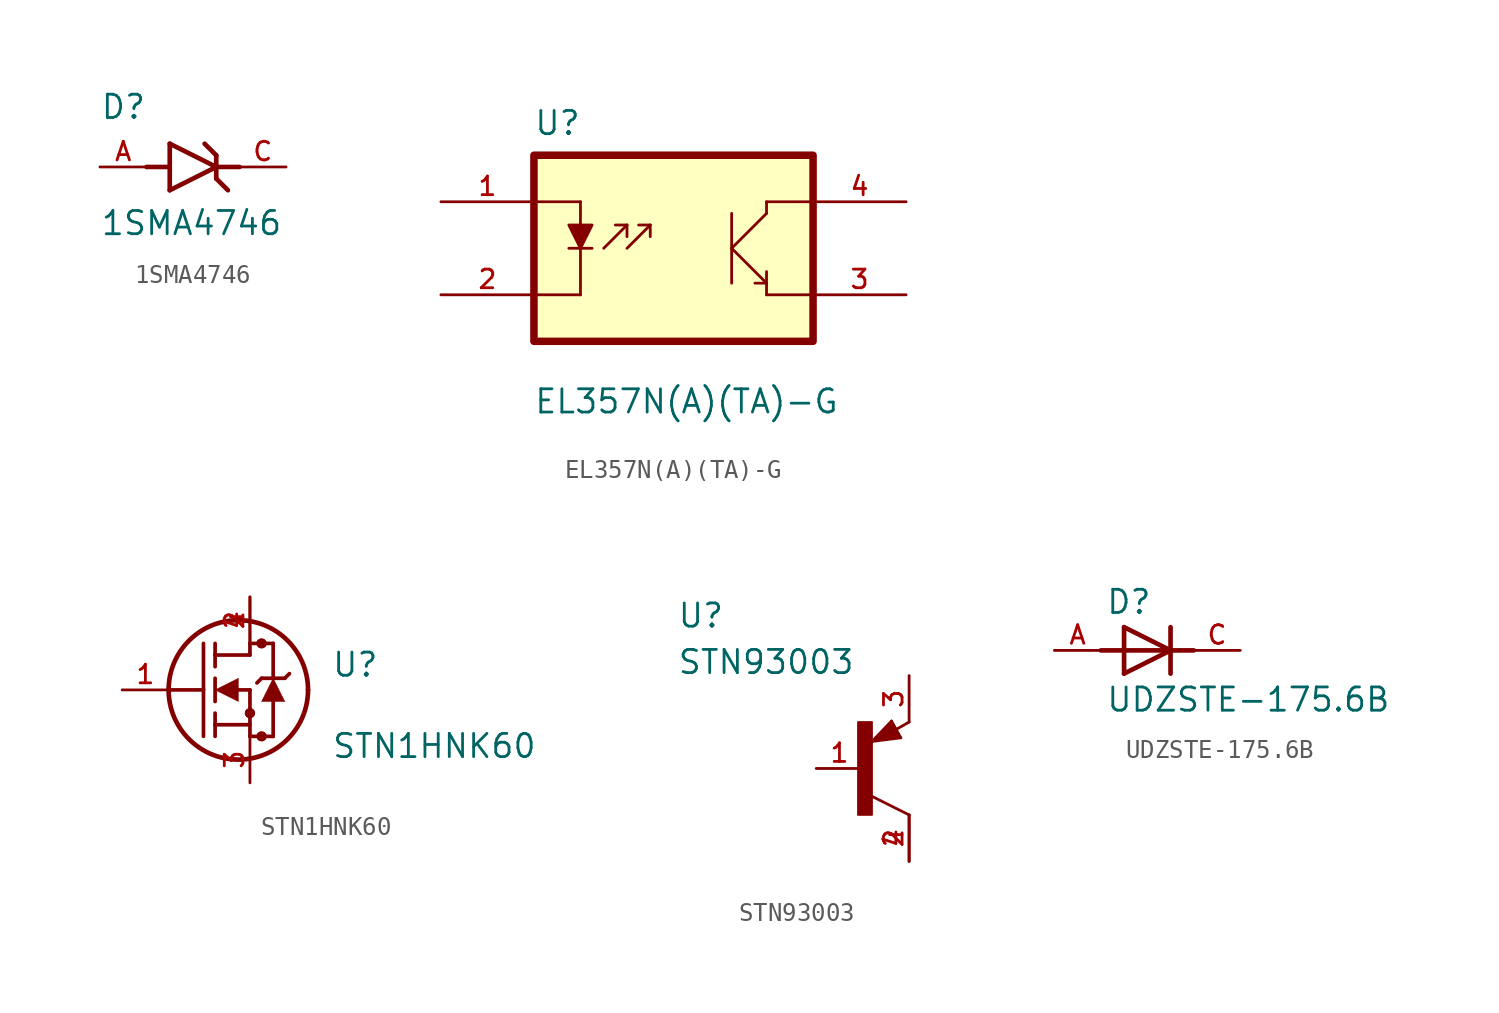
<source format=kicad_sym>
(kicad_symbol_lib
  (version 20220914)
  (generator kicad_symbol_editor)
  (symbol "1SMA4746"
    (pin_names
      (offset 1.016))
    (property "Reference" "D"
      (at -5.08 2.54 0)
      (effects (font (size 1.27 1.27)) (justify left bottom)))
    (property "Value" "1SMA4746"
      (at -5.08 -3.81 0)
      (effects (font (size 1.27 1.27)) (justify left bottom)))
    (symbol "1SMA4746_0_0"
      (polyline (pts (xy -2.54 0) (xy -1.27 0)) (stroke (width 0.254) (type default)) (fill (type none)))
      (polyline (pts (xy -1.27 -1.27) (xy 1.27 0)) (stroke (width 0.254) (type default)) (fill (type none)))
      (polyline (pts (xy -1.27 0) (xy -1.27 -1.27)) (stroke (width 0.254) (type default)) (fill (type none)))
      (polyline (pts (xy -1.27 1.27) (xy -1.27 0)) (stroke (width 0.254) (type default)) (fill (type none)))
      (polyline (pts (xy 0.635 1.27) (xy 1.27 0.635)) (stroke (width 0.254) (type default)) (fill (type none)))
      (polyline (pts (xy 1.27 -0.635) (xy 1.905 -1.27)) (stroke (width 0.254) (type default)) (fill (type none)))
      (polyline (pts (xy 1.27 0) (xy -1.27 1.27)) (stroke (width 0.254) (type default)) (fill (type none)))
      (polyline (pts (xy 1.27 0) (xy 1.27 -0.635)) (stroke (width 0.254) (type default)) (fill (type none)))
      (polyline (pts (xy 1.27 0.635) (xy 1.27 0)) (stroke (width 0.254) (type default)) (fill (type none)))
      (polyline (pts (xy 2.54 0) (xy 1.27 0)) (stroke (width 0.254) (type default)) (fill (type none)))
      (pin passive line (at -5.08 0 0) (length 2.54) (name "~" (effects (font (size 1.016 1.016)))) (number "A" (effects (font (size 1.016 1.016)))))
      (pin passive line (at 5.08 0 180) (length 2.54) (name "~" (effects (font (size 1.016 1.016)))) (number "C" (effects (font (size 1.016 1.016)))))))
  (symbol "EL357N(A)(TA)-G"
    (pin_names
      (offset 1.016))
    (property "Reference" "U"
      (at -7.646 6.094 0)
      (effects (font (size 1.27 1.27)) (justify left bottom)))
    (property "Value" "EL357N(A)(TA)-G"
      (at -7.646 -9.104 0)
      (effects (font (size 1.27 1.27)) (justify left bottom)))
    (symbol "EL357N(A)(TA)-G_0_0"
      (rectangle (start -7.62 -5.08) (end 7.62 5.08) (stroke (width 0.41) (type default)) (fill (type background)))
      (polyline (pts (xy -7.62 2.54) (xy -5.08 2.54)) (stroke (width 0.152) (type default)) (fill (type none)))
      (polyline (pts (xy -5.715 0) (xy -5.08 0)) (stroke (width 0.152) (type default)) (fill (type none)))
      (polyline (pts (xy -5.08 -2.54) (xy -7.62 -2.54)) (stroke (width 0.152) (type default)) (fill (type none)))
      (polyline (pts (xy -5.08 0) (xy -5.08 -2.54)) (stroke (width 0.152) (type default)) (fill (type none)))
      (polyline (pts (xy -5.08 0) (xy -4.445 0)) (stroke (width 0.152) (type default)) (fill (type none)))
      (polyline (pts (xy -5.08 2.54) (xy -5.08 1.27)) (stroke (width 0.152) (type default)) (fill (type none)))
      (polyline (pts (xy -3.81 0) (xy -2.54 1.27)) (stroke (width 0.152) (type default)) (fill (type none)))
      (polyline (pts (xy -2.54 0) (xy -1.27 1.27)) (stroke (width 0.152) (type default)) (fill (type none)))
      (polyline (pts (xy -2.54 1.27) (xy -3.175 1.27)) (stroke (width 0.152) (type default)) (fill (type none)))
      (polyline (pts (xy -2.54 1.27) (xy -2.54 0.635)) (stroke (width 0.152) (type default)) (fill (type none)))
      (polyline (pts (xy -1.905 1.27) (xy -1.27 1.27)) (stroke (width 0.152) (type default)) (fill (type none)))
      (polyline (pts (xy -1.27 1.27) (xy -1.27 0.635)) (stroke (width 0.152) (type default)) (fill (type none)))
      (polyline (pts (xy 3.175 -1.905) (xy 3.175 0)) (stroke (width 0.152) (type default)) (fill (type none)))
      (polyline (pts (xy 3.175 0) (xy 3.175 1.905)) (stroke (width 0.152) (type default)) (fill (type none)))
      (polyline (pts (xy 3.175 0) (xy 5.08 -1.905)) (stroke (width 0.152) (type default)) (fill (type none)))
      (polyline (pts (xy 5.08 -2.54) (xy 7.62 -2.54)) (stroke (width 0.152) (type default)) (fill (type none)))
      (polyline (pts (xy 5.08 -1.905) (xy 4.445 -1.905)) (stroke (width 0.152) (type default)) (fill (type none)))
      (polyline (pts (xy 5.08 -1.905) (xy 5.08 -2.54)) (stroke (width 0.152) (type default)) (fill (type none)))
      (polyline (pts (xy 5.08 -1.905) (xy 5.08 -1.27)) (stroke (width 0.152) (type default)) (fill (type none)))
      (polyline (pts (xy 5.08 1.905) (xy 3.175 0)) (stroke (width 0.152) (type default)) (fill (type none)))
      (polyline (pts (xy 5.08 1.905) (xy 5.08 2.54)) (stroke (width 0.152) (type default)) (fill (type none)))
      (polyline (pts (xy 5.08 2.54) (xy 7.62 2.54)) (stroke (width 0.152) (type default)) (fill (type none)))
      (polyline (pts (xy -5.715 1.27) (xy -4.445 1.27) (xy -5.08 0) (xy -5.715 1.27)) (stroke (width 0.152) (type default)) (fill (type outline)))
      (pin passive line (at -12.7 2.54 0) (length 5.08) (name "~" (effects (font (size 1.016 1.016)))) (number "1" (effects (font (size 1.016 1.016)))))
      (pin passive line (at -12.7 -2.54 0) (length 5.08) (name "~" (effects (font (size 1.016 1.016)))) (number "2" (effects (font (size 1.016 1.016)))))
      (pin passive line (at 12.7 -2.54 180) (length 5.08) (name "~" (effects (font (size 1.016 1.016)))) (number "3" (effects (font (size 1.016 1.016)))))
      (pin passive line (at 12.7 2.54 180) (length 5.08) (name "~" (effects (font (size 1.016 1.016)))) (number "4" (effects (font (size 1.016 1.016)))))))
  (symbol "STN1HNK60"
    (pin_names
      (offset 1.016))
    (property "Reference" "U"
      (at 6.35 0.635 0)
      (effects (font (size 1.27 1.27)) (justify left bottom)))
    (property "Value" "STN1HNK60"
      (at 6.35 -3.81 0)
      (effects (font (size 1.27 1.27)) (justify left bottom)))
    (symbol "STN1HNK60_0_0"
      (arc (start -2.54 0) (mid 1.27 -3.7934) (end 5.08 0) (stroke (width 0.254) (type default)) (fill (type none)))
      (polyline (pts (xy -2.54 0) (xy -0.635 0)) (stroke (width 0.203) (type default)) (fill (type none)))
      (polyline (pts (xy -0.635 -2.54) (xy -0.635 2.54)) (stroke (width 0.203) (type default)) (fill (type none)))
      (polyline (pts (xy 0 -2.54) (xy 0 -1.905)) (stroke (width 0.203) (type default)) (fill (type none)))
      (polyline (pts (xy 0 -1.905) (xy 0 -1.27)) (stroke (width 0.203) (type default)) (fill (type none)))
      (polyline (pts (xy 0 -1.905) (xy 1.905 -1.905)) (stroke (width 0.203) (type default)) (fill (type none)))
      (polyline (pts (xy 0 -0.635) (xy 0 0.635)) (stroke (width 0.203) (type default)) (fill (type none)))
      (polyline (pts (xy 0 1.27) (xy 0 1.905)) (stroke (width 0.203) (type default)) (fill (type none)))
      (polyline (pts (xy 0 1.905) (xy 0 2.54)) (stroke (width 0.203) (type default)) (fill (type none)))
      (polyline (pts (xy 0 1.905) (xy 1.905 1.905)) (stroke (width 0.203) (type default)) (fill (type none)))
      (polyline (pts (xy 1.27 0) (xy 1.905 0)) (stroke (width 0.203) (type default)) (fill (type none)))
      (polyline (pts (xy 1.905 -2.54) (xy 1.905 0)) (stroke (width 0.203) (type default)) (fill (type none)))
      (polyline (pts (xy 1.905 -2.54) (xy 2.515 -2.54)) (stroke (width 0.203) (type default)) (fill (type none)))
      (polyline (pts (xy 1.905 1.905) (xy 1.905 2.54)) (stroke (width 0.203) (type default)) (fill (type none)))
      (polyline (pts (xy 1.905 2.54) (xy 2.515 2.54)) (stroke (width 0.203) (type default)) (fill (type none)))
      (polyline (pts (xy 2.515 -2.54) (xy 2.565 -2.54)) (stroke (width 0.203) (type default)) (fill (type none)))
      (polyline (pts (xy 2.515 2.54) (xy 2.565 2.54)) (stroke (width 0.203) (type default)) (fill (type none)))
      (polyline (pts (xy 2.54 0.635) (xy 2.286 0.381)) (stroke (width 0.203) (type default)) (fill (type none)))
      (polyline (pts (xy 2.565 -2.54) (xy 3.175 -2.54)) (stroke (width 0.203) (type default)) (fill (type none)))
      (polyline (pts (xy 2.565 2.54) (xy 3.175 2.54)) (stroke (width 0.203) (type default)) (fill (type none)))
      (polyline (pts (xy 3.175 -2.54) (xy 3.175 -0.635)) (stroke (width 0.203) (type default)) (fill (type none)))
      (polyline (pts (xy 3.175 0.635) (xy 3.175 2.54)) (stroke (width 0.203) (type default)) (fill (type none)))
      (polyline (pts (xy 3.81 0.635) (xy 2.54 0.635)) (stroke (width 0.203) (type default)) (fill (type none)))
      (polyline (pts (xy 4.064 0.889) (xy 3.81 0.635)) (stroke (width 0.203) (type default)) (fill (type none)))
      (polyline (pts (xy 1.27 0.635) (xy 0 0) (xy 1.27 -0.635) (xy 1.27 0.635)) (stroke (width 0.025) (type default)) (fill (type outline)))
      (polyline (pts (xy 3.81 -0.635) (xy 2.54 -0.635) (xy 3.175 0.635) (xy 3.81 -0.635)) (stroke (width 0.025) (type default)) (fill (type outline)))
      (arc (start 1.8796 -1.27) (mid 1.905 -1.2953) (end 1.9304 -1.27) (stroke (width 0.508) (type default)) (fill (type none)))
      (arc (start 1.9304 -1.27) (mid 1.905 -1.2447) (end 1.8796 -1.27) (stroke (width 0.508) (type default)) (fill (type none)))
      (arc (start 2.5146 -2.54) (mid 2.54 -2.5653) (end 2.5654 -2.54) (stroke (width 0.508) (type default)) (fill (type none)))
      (arc (start 2.5146 2.54) (mid 2.54 2.5147) (end 2.5654 2.54) (stroke (width 0.508) (type default)) (fill (type none)))
      (arc (start 2.5654 -2.54) (mid 2.54 -2.5147) (end 2.5146 -2.54) (stroke (width 0.508) (type default)) (fill (type none)))
      (arc (start 2.5654 2.54) (mid 2.54 2.5653) (end 2.5146 2.54) (stroke (width 0.508) (type default)) (fill (type none)))
      (arc (start 5.08 0) (mid 1.27 3.7934) (end -2.54 0) (stroke (width 0.254) (type default)) (fill (type none)))
      (pin passive line (at -5.08 0 0) (length 2.54) (name "~" (effects (font (size 1.016 1.016)))) (number "1" (effects (font (size 1.016 1.016)))))
      (pin passive line (at 1.905 5.08 270) (length 2.54) (name "~" (effects (font (size 1.016 1.016)))) (number "2" (effects (font (size 1.016 1.016)))))
      (pin passive line (at 1.905 -5.08 90) (length 2.54) (name "~" (effects (font (size 1.016 1.016)))) (number "3" (effects (font (size 1.016 1.016)))))
      (pin passive line (at 1.905 5.08 270) (length 2.54) (name "~" (effects (font (size 1.016 1.016)))) (number "4" (effects (font (size 1.016 1.016)))))))
  (symbol "STN93003"
    (pin_names
      (offset 1.016))
    (property "Reference" "U"
      (at -10.16 7.62 0)
      (effects (font (size 1.27 1.27)) (justify left bottom)))
    (property "Value" "STN93003"
      (at -10.16 5.08 0)
      (effects (font (size 1.27 1.27)) (justify left bottom)))
    (symbol "STN93003_0_0"
      (rectangle (start -0.254 -2.54) (end 0.508 2.54) (stroke (width 0.1) (type default)) (fill (type outline)))
      (polyline (pts (xy 0.516 1.478) (xy 2.086 1.678)) (stroke (width 0.152) (type default)) (fill (type none)))
      (polyline (pts (xy 0.762 1.651) (xy 1.778 1.778)) (stroke (width 0.254) (type default)) (fill (type none)))
      (polyline (pts (xy 1.143 1.905) (xy 1.524 1.905)) (stroke (width 0.254) (type default)) (fill (type none)))
      (polyline (pts (xy 1.524 2.159) (xy 1.143 1.905)) (stroke (width 0.254) (type default)) (fill (type none)))
      (polyline (pts (xy 1.524 2.413) (xy 0.762 1.651)) (stroke (width 0.254) (type default)) (fill (type none)))
      (polyline (pts (xy 1.578 2.594) (xy 0.516 1.478)) (stroke (width 0.152) (type default)) (fill (type none)))
      (polyline (pts (xy 1.778 1.778) (xy 1.524 2.159)) (stroke (width 0.254) (type default)) (fill (type none)))
      (polyline (pts (xy 1.905 1.778) (xy 1.524 2.413)) (stroke (width 0.254) (type default)) (fill (type none)))
      (polyline (pts (xy 2.086 1.678) (xy 1.578 2.594)) (stroke (width 0.152) (type default)) (fill (type none)))
      (polyline (pts (xy 2.54 -2.54) (xy 0.508 -1.524)) (stroke (width 0.152) (type default)) (fill (type none)))
      (polyline (pts (xy 2.54 2.54) (xy 1.808 2.124)) (stroke (width 0.152) (type default)) (fill (type none)))
      (pin passive line (at -2.54 0 0) (length 2.54) (name "~" (effects (font (size 1.016 1.016)))) (number "1" (effects (font (size 1.016 1.016)))))
      (pin passive line (at 2.54 -5.08 90) (length 2.54) (name "~" (effects (font (size 1.016 1.016)))) (number "2" (effects (font (size 1.016 1.016)))))
      (pin passive line (at 2.54 5.08 270) (length 2.54) (name "~" (effects (font (size 1.016 1.016)))) (number "3" (effects (font (size 1.016 1.016)))))
      (pin passive line (at 2.54 -5.08 90) (length 2.54) (name "~" (effects (font (size 1.016 1.016)))) (number "4" (effects (font (size 1.016 1.016)))))))
  (symbol "UDZSTE-175.6B"
    (pin_names
      (offset 1.016))
    (property "Reference" "D"
      (at -2.29 1.909 0)
      (effects (font (size 1.27 1.27)) (justify left bottom)))
    (property "Value" "UDZSTE-175.6B"
      (at -2.289 -3.433 0)
      (effects (font (size 1.27 1.27)) (justify left bottom)))
    (symbol "UDZSTE-175.6B_0_0"
      (polyline (pts (xy -2.54 0) (xy 2.54 0)) (stroke (width 0.254) (type default)) (fill (type none)))
      (polyline (pts (xy -1.27 -1.27) (xy 1.27 0)) (stroke (width 0.254) (type default)) (fill (type none)))
      (polyline (pts (xy -1.27 1.27) (xy -1.27 -1.27)) (stroke (width 0.254) (type default)) (fill (type none)))
      (polyline (pts (xy 1.27 0) (xy -1.27 1.27)) (stroke (width 0.254) (type default)) (fill (type none)))
      (polyline (pts (xy 1.27 0) (xy 1.27 -1.27)) (stroke (width 0.254) (type default)) (fill (type none)))
      (polyline (pts (xy 1.27 1.27) (xy 1.27 0)) (stroke (width 0.254) (type default)) (fill (type none)))
      (pin passive line (at -5.08 0 0) (length 2.54) (name "~" (effects (font (size 1.016 1.016)))) (number "A" (effects (font (size 1.016 1.016)))))
      (pin passive line (at 5.08 0 180) (length 2.54) (name "~" (effects (font (size 1.016 1.016)))) (number "C" (effects (font (size 1.016 1.016))))))))
</source>
